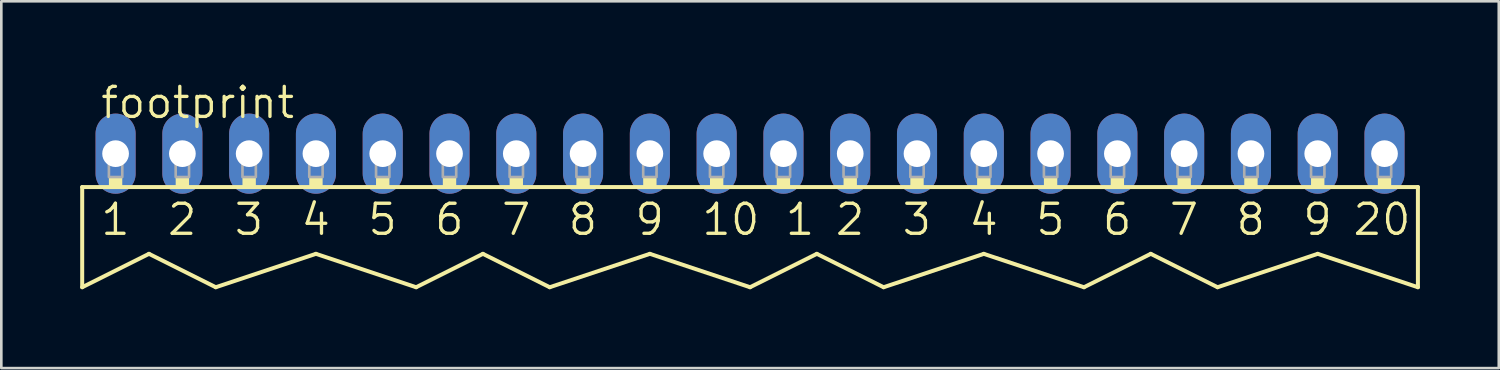
<source format=kicad_pcb>
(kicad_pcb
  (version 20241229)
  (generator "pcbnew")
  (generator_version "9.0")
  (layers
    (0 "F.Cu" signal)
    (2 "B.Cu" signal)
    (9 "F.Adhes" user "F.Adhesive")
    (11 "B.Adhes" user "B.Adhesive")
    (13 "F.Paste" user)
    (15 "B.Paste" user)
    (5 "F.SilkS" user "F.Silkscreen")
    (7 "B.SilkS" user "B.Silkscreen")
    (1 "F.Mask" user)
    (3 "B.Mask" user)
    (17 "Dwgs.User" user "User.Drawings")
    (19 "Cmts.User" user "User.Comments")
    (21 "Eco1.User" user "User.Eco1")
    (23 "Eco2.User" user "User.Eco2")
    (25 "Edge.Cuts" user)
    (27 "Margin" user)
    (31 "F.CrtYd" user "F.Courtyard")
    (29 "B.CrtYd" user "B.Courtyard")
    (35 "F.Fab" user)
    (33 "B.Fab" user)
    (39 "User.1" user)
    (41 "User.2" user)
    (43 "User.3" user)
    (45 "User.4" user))
  (footprint "footprint"
    (layer "F.Cu")
    (at 25.476 2.794)
    (property "Reference" "footprint" (at -24.765 -1.27 0) (layer "F.SilkS") (effects (font (size 1.143 1.143) (thickness 0.127)) (justify left bottom)))
    (fp_line (start -25.4 1.27) (end -25.4 5.08) (stroke (width 0.152) (type solid)) (layer "F.SilkS"))
    (fp_line (start -22.86 3.81) (end -25.4 5.08) (stroke (width 0.152) (type solid)) (layer "F.SilkS"))
    (fp_line (start -20.32 5.08) (end -22.86 3.81) (stroke (width 0.152) (type solid)) (layer "F.SilkS"))
    (fp_line (start -16.51 3.81) (end -20.32 5.08) (stroke (width 0.152) (type solid)) (layer "F.SilkS"))
    (fp_line (start -12.7 5.08) (end -16.51 3.81) (stroke (width 0.152) (type solid)) (layer "F.SilkS"))
    (fp_line (start -10.16 3.81) (end -12.7 5.08) (stroke (width 0.152) (type solid)) (layer "F.SilkS"))
    (fp_line (start -7.62 5.08) (end -10.16 3.81) (stroke (width 0.152) (type solid)) (layer "F.SilkS"))
    (fp_line (start -3.81 3.81) (end -7.62 5.08) (stroke (width 0.152) (type solid)) (layer "F.SilkS"))
    (fp_line (start 0 5.08) (end -3.81 3.81) (stroke (width 0.152) (type solid)) (layer "F.SilkS"))
    (fp_line (start 2.54 3.81) (end 0 5.08) (stroke (width 0.152) (type solid)) (layer "F.SilkS"))
    (fp_line (start 5.08 5.08) (end 2.54 3.81) (stroke (width 0.152) (type solid)) (layer "F.SilkS"))
    (fp_line (start 8.89 3.81) (end 5.08 5.08) (stroke (width 0.152) (type solid)) (layer "F.SilkS"))
    (fp_line (start 12.7 5.08) (end 8.89 3.81) (stroke (width 0.152) (type solid)) (layer "F.SilkS"))
    (fp_line (start 15.24 3.81) (end 12.7 5.08) (stroke (width 0.152) (type solid)) (layer "F.SilkS"))
    (fp_line (start 17.78 5.08) (end 15.24 3.81) (stroke (width 0.152) (type solid)) (layer "F.SilkS"))
    (fp_line (start 21.59 3.81) (end 17.78 5.08) (stroke (width 0.152) (type solid)) (layer "F.SilkS"))
    (fp_line (start 25.4 1.27) (end -25.4 1.27) (stroke (width 0.152) (type solid)) (layer "F.SilkS"))
    (fp_line (start 25.4 1.27) (end 25.4 5.08) (stroke (width 0.152) (type solid)) (layer "F.SilkS"))
    (fp_line (start 25.4 5.08) (end 21.59 3.81) (stroke (width 0.152) (type solid)) (layer "F.SilkS"))
    (fp_poly (pts (xy -24.384 1.27) (xy -23.876 1.27) (xy -23.876 0.889) (xy -24.384 0.889)) (stroke (width 0) (type solid)) (fill yes) (layer "F.SilkS"))
    (fp_poly (pts (xy -21.844 1.27) (xy -21.336 1.27) (xy -21.336 0.889) (xy -21.844 0.889)) (stroke (width 0) (type solid)) (fill yes) (layer "F.SilkS"))
    (fp_poly (pts (xy -19.304 1.27) (xy -18.796 1.27) (xy -18.796 0.889) (xy -19.304 0.889)) (stroke (width 0) (type solid)) (fill yes) (layer "F.SilkS"))
    (fp_poly (pts (xy -16.764 1.27) (xy -16.256 1.27) (xy -16.256 0.889) (xy -16.764 0.889)) (stroke (width 0) (type solid)) (fill yes) (layer "F.SilkS"))
    (fp_poly (pts (xy -14.224 1.27) (xy -13.716 1.27) (xy -13.716 0.889) (xy -14.224 0.889)) (stroke (width 0) (type solid)) (fill yes) (layer "F.SilkS"))
    (fp_poly (pts (xy -11.684 1.27) (xy -11.176 1.27) (xy -11.176 0.889) (xy -11.684 0.889)) (stroke (width 0) (type solid)) (fill yes) (layer "F.SilkS"))
    (fp_poly (pts (xy -9.144 1.27) (xy -8.636 1.27) (xy -8.636 0.889) (xy -9.144 0.889)) (stroke (width 0) (type solid)) (fill yes) (layer "F.SilkS"))
    (fp_poly (pts (xy -6.604 1.27) (xy -6.096 1.27) (xy -6.096 0.889) (xy -6.604 0.889)) (stroke (width 0) (type solid)) (fill yes) (layer "F.SilkS"))
    (fp_poly (pts (xy -4.064 1.27) (xy -3.556 1.27) (xy -3.556 0.889) (xy -4.064 0.889)) (stroke (width 0) (type solid)) (fill yes) (layer "F.SilkS"))
    (fp_poly (pts (xy -1.524 1.27) (xy -1.016 1.27) (xy -1.016 0.889) (xy -1.524 0.889)) (stroke (width 0) (type solid)) (fill yes) (layer "F.SilkS"))
    (fp_poly (pts (xy 1.016 1.27) (xy 1.524 1.27) (xy 1.524 0.889) (xy 1.016 0.889)) (stroke (width 0) (type solid)) (fill yes) (layer "F.SilkS"))
    (fp_poly (pts (xy 3.556 1.27) (xy 4.064 1.27) (xy 4.064 0.889) (xy 3.556 0.889)) (stroke (width 0) (type solid)) (fill yes) (layer "F.SilkS"))
    (fp_poly (pts (xy 6.096 1.27) (xy 6.604 1.27) (xy 6.604 0.889) (xy 6.096 0.889)) (stroke (width 0) (type solid)) (fill yes) (layer "F.SilkS"))
    (fp_poly (pts (xy 8.636 1.27) (xy 9.144 1.27) (xy 9.144 0.889) (xy 8.636 0.889)) (stroke (width 0) (type solid)) (fill yes) (layer "F.SilkS"))
    (fp_poly (pts (xy 11.176 1.27) (xy 11.684 1.27) (xy 11.684 0.889) (xy 11.176 0.889)) (stroke (width 0) (type solid)) (fill yes) (layer "F.SilkS"))
    (fp_poly (pts (xy 13.716 1.27) (xy 14.224 1.27) (xy 14.224 0.889) (xy 13.716 0.889)) (stroke (width 0) (type solid)) (fill yes) (layer "F.SilkS"))
    (fp_poly (pts (xy 16.256 1.27) (xy 16.764 1.27) (xy 16.764 0.889) (xy 16.256 0.889)) (stroke (width 0) (type solid)) (fill yes) (layer "F.SilkS"))
    (fp_poly (pts (xy 18.796 1.27) (xy 19.304 1.27) (xy 19.304 0.889) (xy 18.796 0.889)) (stroke (width 0) (type solid)) (fill yes) (layer "F.SilkS"))
    (fp_poly (pts (xy 21.336 1.27) (xy 21.844 1.27) (xy 21.844 0.889) (xy 21.336 0.889)) (stroke (width 0) (type solid)) (fill yes) (layer "F.SilkS"))
    (fp_poly (pts (xy 23.876 1.27) (xy 24.384 1.27) (xy 24.384 0.889) (xy 23.876 0.889)) (stroke (width 0) (type solid)) (fill yes) (layer "F.SilkS"))
    (fp_poly (pts (xy -24.384 0.889) (xy -23.876 0.889) (xy -23.876 -0.254) (xy -24.384 -0.254)) (stroke (width 0.1) (type solid)) (fill no) (layer "F.Fab"))
    (fp_poly (pts (xy -21.844 0.889) (xy -21.336 0.889) (xy -21.336 -0.254) (xy -21.844 -0.254)) (stroke (width 0.1) (type solid)) (fill no) (layer "F.Fab"))
    (fp_poly (pts (xy -19.304 0.889) (xy -18.796 0.889) (xy -18.796 -0.254) (xy -19.304 -0.254)) (stroke (width 0.1) (type solid)) (fill no) (layer "F.Fab"))
    (fp_poly (pts (xy -16.764 0.889) (xy -16.256 0.889) (xy -16.256 -0.254) (xy -16.764 -0.254)) (stroke (width 0.1) (type solid)) (fill no) (layer "F.Fab"))
    (fp_poly (pts (xy -14.224 0.889) (xy -13.716 0.889) (xy -13.716 -0.254) (xy -14.224 -0.254)) (stroke (width 0.1) (type solid)) (fill no) (layer "F.Fab"))
    (fp_poly (pts (xy -11.684 0.889) (xy -11.176 0.889) (xy -11.176 -0.254) (xy -11.684 -0.254)) (stroke (width 0.1) (type solid)) (fill no) (layer "F.Fab"))
    (fp_poly (pts (xy -9.144 0.889) (xy -8.636 0.889) (xy -8.636 -0.254) (xy -9.144 -0.254)) (stroke (width 0.1) (type solid)) (fill no) (layer "F.Fab"))
    (fp_poly (pts (xy -6.604 0.889) (xy -6.096 0.889) (xy -6.096 -0.254) (xy -6.604 -0.254)) (stroke (width 0.1) (type solid)) (fill no) (layer "F.Fab"))
    (fp_poly (pts (xy -4.064 0.889) (xy -3.556 0.889) (xy -3.556 -0.254) (xy -4.064 -0.254)) (stroke (width 0.1) (type solid)) (fill no) (layer "F.Fab"))
    (fp_poly (pts (xy -1.524 0.889) (xy -1.016 0.889) (xy -1.016 -0.254) (xy -1.524 -0.254)) (stroke (width 0.1) (type solid)) (fill no) (layer "F.Fab"))
    (fp_poly (pts (xy 1.016 0.889) (xy 1.524 0.889) (xy 1.524 -0.254) (xy 1.016 -0.254)) (stroke (width 0.1) (type solid)) (fill no) (layer "F.Fab"))
    (fp_poly (pts (xy 3.556 0.889) (xy 4.064 0.889) (xy 4.064 -0.254) (xy 3.556 -0.254)) (stroke (width 0.1) (type solid)) (fill no) (layer "F.Fab"))
    (fp_poly (pts (xy 6.096 0.889) (xy 6.604 0.889) (xy 6.604 -0.254) (xy 6.096 -0.254)) (stroke (width 0.1) (type solid)) (fill no) (layer "F.Fab"))
    (fp_poly (pts (xy 8.636 0.889) (xy 9.144 0.889) (xy 9.144 -0.254) (xy 8.636 -0.254)) (stroke (width 0.1) (type solid)) (fill no) (layer "F.Fab"))
    (fp_poly (pts (xy 11.176 0.889) (xy 11.684 0.889) (xy 11.684 -0.254) (xy 11.176 -0.254)) (stroke (width 0.1) (type solid)) (fill no) (layer "F.Fab"))
    (fp_poly (pts (xy 13.716 0.889) (xy 14.224 0.889) (xy 14.224 -0.254) (xy 13.716 -0.254)) (stroke (width 0.1) (type solid)) (fill no) (layer "F.Fab"))
    (fp_poly (pts (xy 16.256 0.889) (xy 16.764 0.889) (xy 16.764 -0.254) (xy 16.256 -0.254)) (stroke (width 0.1) (type solid)) (fill no) (layer "F.Fab"))
    (fp_poly (pts (xy 18.796 0.889) (xy 19.304 0.889) (xy 19.304 -0.254) (xy 18.796 -0.254)) (stroke (width 0.1) (type solid)) (fill no) (layer "F.Fab"))
    (fp_poly (pts (xy 21.336 0.889) (xy 21.844 0.889) (xy 21.844 -0.254) (xy 21.336 -0.254)) (stroke (width 0.1) (type solid)) (fill no) (layer "F.Fab"))
    (fp_poly (pts (xy 23.876 0.889) (xy 24.384 0.889) (xy 24.384 -0.254) (xy 23.876 -0.254)) (stroke (width 0.1) (type solid)) (fill no) (layer "F.Fab"))
    (fp_text user "4" (at -17.145 3.175 0) (layer "F.SilkS") (effects (font (size 1.143 1.143) (thickness 0.127)) (justify left bottom)))
    (fp_text user "5 " (at 10.795 3.175 0) (layer "F.SilkS") (effects (font (size 1.143 1.143) (thickness 0.127)) (justify left bottom)))
    (fp_text user "8 " (at 18.415 3.175 0) (layer "F.SilkS") (effects (font (size 1.143 1.143) (thickness 0.127)) (justify left bottom)))
    (fp_text user "2 " (at 3.175 3.175 0) (layer "F.SilkS") (effects (font (size 1.143 1.143) (thickness 0.127)) (justify left bottom)))
    (fp_text user "9" (at -4.445 3.175 0) (layer "F.SilkS") (effects (font (size 1.143 1.143) (thickness 0.127)) (justify left bottom)))
    (fp_text user "9 " (at 20.955 3.175 0) (layer "F.SilkS") (effects (font (size 1.143 1.143) (thickness 0.127)) (justify left bottom)))
    (fp_text user "8" (at -6.985 3.175 0) (layer "F.SilkS") (effects (font (size 1.143 1.143) (thickness 0.127)) (justify left bottom)))
    (fp_text user "3 " (at 5.715 3.175 0) (layer "F.SilkS") (effects (font (size 1.143 1.143) (thickness 0.127)) (justify left bottom)))
    (fp_text user "20" (at 22.86 3.175 0) (layer "F.SilkS") (effects (font (size 1.143 1.143) (thickness 0.127)) (justify left bottom)))
    (fp_text user "6 " (at 13.335 3.175 0) (layer "F.SilkS") (effects (font (size 1.143 1.143) (thickness 0.127)) (justify left bottom)))
    (fp_text user "10" (at -1.905 3.175 0) (layer "F.SilkS") (effects (font (size 1.143 1.143) (thickness 0.127)) (justify left bottom)))
    (fp_text user "3" (at -19.685 3.175 0) (layer "F.SilkS") (effects (font (size 1.143 1.143) (thickness 0.127)) (justify left bottom)))
    (fp_text user "6" (at -12.065 3.175 0) (layer "F.SilkS") (effects (font (size 1.143 1.143) (thickness 0.127)) (justify left bottom)))
    (fp_text user "7" (at -9.525 3.175 0) (layer "F.SilkS") (effects (font (size 1.143 1.143) (thickness 0.127)) (justify left bottom)))
    (fp_text user "4 " (at 8.255 3.175 0) (layer "F.SilkS") (effects (font (size 1.143 1.143) (thickness 0.127)) (justify left bottom)))
    (fp_text user "5" (at -14.605 3.175 0) (layer "F.SilkS") (effects (font (size 1.143 1.143) (thickness 0.127)) (justify left bottom)))
    (fp_text user "7 " (at 15.875 3.175 0) (layer "F.SilkS") (effects (font (size 1.143 1.143) (thickness 0.127)) (justify left bottom)))
    (fp_text user "2" (at -22.225 3.175 0) (layer "F.SilkS") (effects (font (size 1.143 1.143) (thickness 0.127)) (justify left bottom)))
    (fp_text user "1 " (at 1.27 3.175 0) (layer "F.SilkS") (effects (font (size 1.143 1.143) (thickness 0.127)) (justify left bottom)))
    (fp_text user "1" (at -24.765 3.175 0) (layer "F.SilkS") (effects (font (size 1.143 1.143) (thickness 0.127)) (justify left bottom)))
    (pad "1" thru_hole oval (at -24.13 0 90) (size 3.048 1.524) (drill 1.016) (layers "*.Cu" "*.Mask"))
    (pad "2" thru_hole oval (at -21.59 0 90) (size 3.048 1.524) (drill 1.016) (layers "*.Cu" "*.Mask"))
    (pad "3" thru_hole oval (at -19.05 0 90) (size 3.048 1.524) (drill 1.016) (layers "*.Cu" "*.Mask"))
    (pad "4" thru_hole oval (at -16.51 0 90) (size 3.048 1.524) (drill 1.016) (layers "*.Cu" "*.Mask"))
    (pad "5" thru_hole oval (at -13.97 0 90) (size 3.048 1.524) (drill 1.016) (layers "*.Cu" "*.Mask"))
    (pad "6" thru_hole oval (at -11.43 0 90) (size 3.048 1.524) (drill 1.016) (layers "*.Cu" "*.Mask"))
    (pad "7" thru_hole oval (at -8.89 0 90) (size 3.048 1.524) (drill 1.016) (layers "*.Cu" "*.Mask"))
    (pad "8" thru_hole oval (at -6.35 0 90) (size 3.048 1.524) (drill 1.016) (layers "*.Cu" "*.Mask"))
    (pad "9" thru_hole oval (at -3.81 0 90) (size 3.048 1.524) (drill 1.016) (layers "*.Cu" "*.Mask"))
    (pad "10" thru_hole oval (at -1.27 0 90) (size 3.048 1.524) (drill 1.016) (layers "*.Cu" "*.Mask"))
    (pad "11" thru_hole oval (at 1.27 0 90) (size 3.048 1.524) (drill 1.016) (layers "*.Cu" "*.Mask"))
    (pad "12" thru_hole oval (at 3.81 0 90) (size 3.048 1.524) (drill 1.016) (layers "*.Cu" "*.Mask"))
    (pad "13" thru_hole oval (at 6.35 0 90) (size 3.048 1.524) (drill 1.016) (layers "*.Cu" "*.Mask"))
    (pad "14" thru_hole oval (at 8.89 0 90) (size 3.048 1.524) (drill 1.016) (layers "*.Cu" "*.Mask"))
    (pad "15" thru_hole oval (at 11.43 0 90) (size 3.048 1.524) (drill 1.016) (layers "*.Cu" "*.Mask"))
    (pad "16" thru_hole oval (at 13.97 0 90) (size 3.048 1.524) (drill 1.016) (layers "*.Cu" "*.Mask"))
    (pad "17" thru_hole oval (at 16.51 0 90) (size 3.048 1.524) (drill 1.016) (layers "*.Cu" "*.Mask"))
    (pad "18" thru_hole oval (at 19.05 0 90) (size 3.048 1.524) (drill 1.016) (layers "*.Cu" "*.Mask"))
    (pad "19" thru_hole oval (at 21.59 0 90) (size 3.048 1.524) (drill 1.016) (layers "*.Cu" "*.Mask"))
    (pad "20" thru_hole oval (at 24.13 0 90) (size 3.048 1.524) (drill 1.016) (layers "*.Cu" "*.Mask")))
  (gr_rect
    (start -3 -3)
    (end 53.952 10.95)
    (stroke (width 0.1) (type default))
    (fill no)
    (layer "Edge.Cuts")))
</source>
